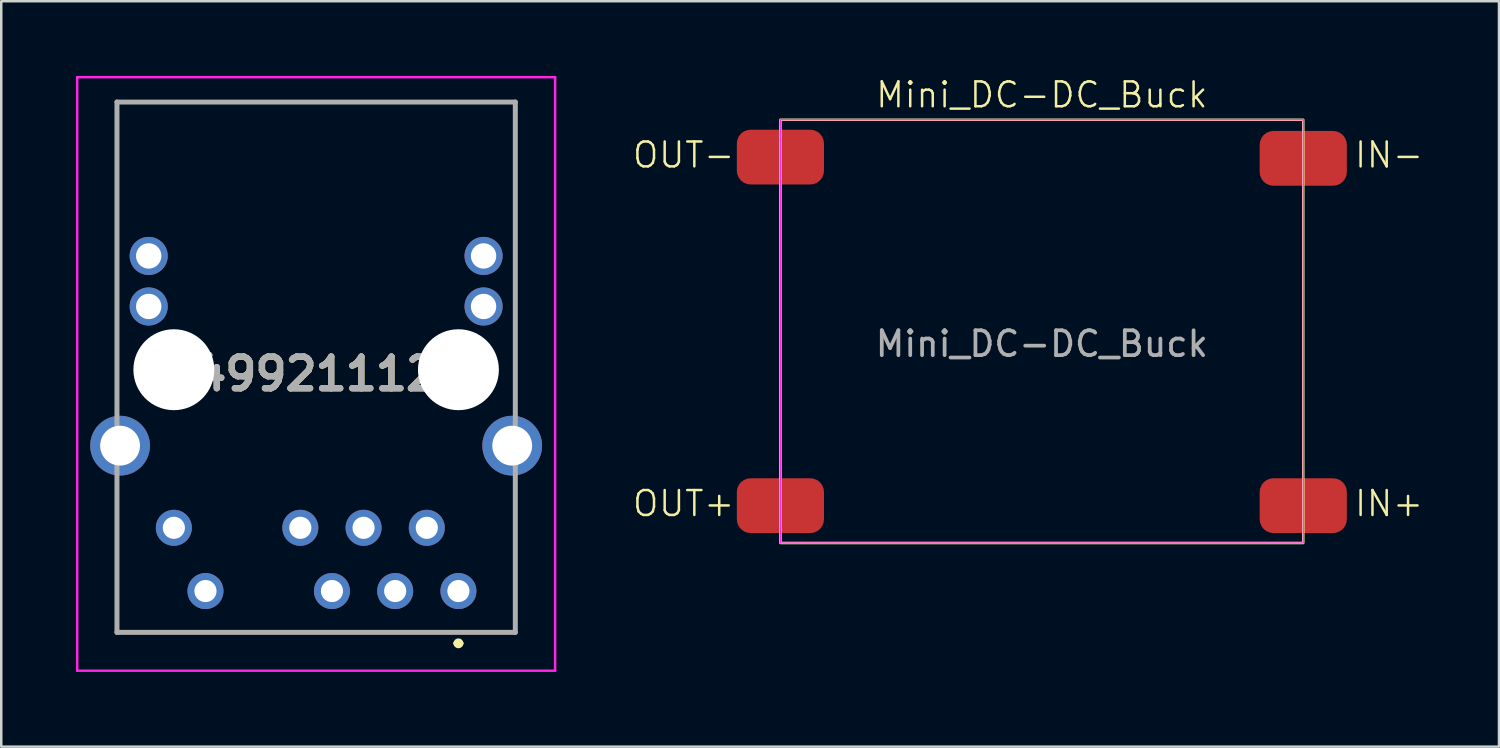
<source format=kicad_pcb>
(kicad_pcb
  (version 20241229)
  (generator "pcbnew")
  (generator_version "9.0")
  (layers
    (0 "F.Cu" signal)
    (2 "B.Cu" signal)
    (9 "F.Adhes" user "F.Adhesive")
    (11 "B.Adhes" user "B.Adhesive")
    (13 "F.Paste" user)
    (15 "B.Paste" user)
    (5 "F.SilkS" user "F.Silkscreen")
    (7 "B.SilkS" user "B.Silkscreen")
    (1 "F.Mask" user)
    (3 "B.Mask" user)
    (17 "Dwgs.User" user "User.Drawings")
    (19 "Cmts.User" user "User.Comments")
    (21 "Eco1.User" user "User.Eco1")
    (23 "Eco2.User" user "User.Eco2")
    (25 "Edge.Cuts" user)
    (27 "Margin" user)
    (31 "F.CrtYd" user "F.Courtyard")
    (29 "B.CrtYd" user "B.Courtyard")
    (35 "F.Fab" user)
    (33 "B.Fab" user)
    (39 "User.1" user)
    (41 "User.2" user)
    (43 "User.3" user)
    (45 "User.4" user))
  (footprint "Mini_DC-DC_Buck"
    (layer "F.Cu")
    (at 38.796 1.76)
    (property "Reference" "Mini_DC-DC_Buck" (at 0 -1 0) (unlocked yes) (layer "F.SilkS") (effects (font (size 1 1) (thickness 0.1))))
    (attr smd)
    (fp_rect (start -10.5 0) (end 10.5 17) (stroke (width 0.1) (type default)) (fill no) (layer "F.SilkS"))
    (fp_rect (start -10.5 0) (end 10.5 17) (stroke (width 0.05) (type default)) (fill no) (layer "F.CrtYd"))
    (fp_text user "IN-" (at 12.5 2 0) (unlocked yes) (layer "F.SilkS") (effects (font (size 1 1) (thickness 0.1)) (justify left bottom)))
    (fp_text user "OUT+" (at -16.5 16 0) (unlocked yes) (layer "F.SilkS") (effects (font (size 1 1) (thickness 0.1)) (justify left bottom)))
    (fp_text user "IN+" (at 12.5 16 0) (unlocked yes) (layer "F.SilkS") (effects (font (size 1 1) (thickness 0.1)) (justify left bottom)))
    (fp_text user "OUT-" (at -16.5 2 0) (unlocked yes) (layer "F.SilkS") (effects (font (size 1 1) (thickness 0.1)) (justify left bottom)))
    (fp_text user "${REFERENCE}" (at 0 9 0) (unlocked yes) (layer "F.Fab") (effects (font (size 1 1) (thickness 0.15))))
    (pad "1" smd roundrect (at 10.5 15.5) (size 3.5 2.2) (layers "F.Cu" "F.Mask" "F.Paste") (roundrect_rratio 0.25))
    (pad "2" smd roundrect (at 10.5 1.55) (size 3.5 2.2) (layers "F.Cu" "F.Mask" "F.Paste") (roundrect_rratio 0.25))
    (pad "3" smd roundrect (at -10.5 15.5) (size 3.5 2.2) (layers "F.Cu" "F.Mask" "F.Paste") (roundrect_rratio 0.25))
    (pad "4" smd roundrect (at -10.5 1.5) (size 3.5 2.2) (layers "F.Cu" "F.Mask" "F.Paste") (roundrect_rratio 0.25)))
  (footprint "7499211125"
    (layer "F.Cu")
    (at 15.363 20.69)
    (property "Reference" "7499211125" (at -5.715 -8.72 0) (layer "F.SilkS") (effects (font (size 1.27 1.27) (thickness 0.254))))
    (attr through_hole)
    (fp_line (start -13.715 -19.64) (end 2.285 -19.64) (stroke (width 0.1) (type solid)) (layer "F.SilkS"))
    (fp_line (start -13.715 -7.3) (end -13.715 -19.64) (stroke (width 0.1) (type solid)) (layer "F.SilkS"))
    (fp_line (start -13.715 -4.4) (end -13.715 1.66) (stroke (width 0.1) (type solid)) (layer "F.SilkS"))
    (fp_line (start -13.715 1.66) (end 2.16 1.66) (stroke (width 0.1) (type solid)) (layer "F.SilkS"))
    (fp_line (start -0.1 2.1) (end -0.1 2.1) (stroke (width 0.2) (type solid)) (layer "F.SilkS"))
    (fp_line (start 0.1 2.1) (end 0.1 2.1) (stroke (width 0.2) (type solid)) (layer "F.SilkS"))
    (fp_line (start 2.16 1.66) (end 2.285 1.66) (stroke (width 0.1) (type solid)) (layer "F.SilkS"))
    (fp_line (start 2.285 -19.64) (end 2.285 -7.3) (stroke (width 0.1) (type solid)) (layer "F.SilkS"))
    (fp_line (start 2.285 1.66) (end 2.285 -4.4) (stroke (width 0.1) (type solid)) (layer "F.SilkS"))
    (fp_arc (start -0.1 2.1) (mid 0 2) (end 0.1 2.1) (stroke (width 0.2) (type solid)) (layer "F.SilkS"))
    (fp_arc (start 0.1 2.1) (mid 0 2.2) (end -0.1 2.1) (stroke (width 0.2) (type solid)) (layer "F.SilkS"))
    (fp_line (start -15.313 -20.64) (end 3.883 -20.64) (stroke (width 0.1) (type solid)) (layer "F.CrtYd"))
    (fp_line (start -15.313 3.2) (end -15.313 -20.64) (stroke (width 0.1) (type solid)) (layer "F.CrtYd"))
    (fp_line (start 3.883 -20.64) (end 3.883 3.2) (stroke (width 0.1) (type solid)) (layer "F.CrtYd"))
    (fp_line (start 3.883 3.2) (end -15.313 3.2) (stroke (width 0.1) (type solid)) (layer "F.CrtYd"))
    (fp_line (start -13.715 -19.64) (end 2.285 -19.64) (stroke (width 0.2) (type solid)) (layer "F.Fab"))
    (fp_line (start -13.715 1.66) (end -13.715 -19.64) (stroke (width 0.2) (type solid)) (layer "F.Fab"))
    (fp_line (start 2.285 -19.64) (end 2.285 1.66) (stroke (width 0.2) (type solid)) (layer "F.Fab"))
    (fp_line (start 2.285 1.66) (end -13.715 1.66) (stroke (width 0.2) (type solid)) (layer "F.Fab"))
    (fp_text user "${REFERENCE}" (at -5.715 -8.72 0) (layer "F.Fab") (effects (font (size 1.27 1.27) (thickness 0.254))))
    (pad "" np_thru_hole circle (at -11.43 -8.89) (size 3.25 3.25) (drill 3.25) (layers "*.Cu" "*.Mask"))
    (pad "" np_thru_hole circle (at 0 -8.89) (size 3.25 3.25) (drill 3.25) (layers "*.Cu" "*.Mask"))
    (pad "1" thru_hole circle (at 0 0) (size 1.446 1.446) (drill 0.89) (layers "*.Cu" "*.Mask"))
    (pad "2" thru_hole circle (at -1.27 -2.54) (size 1.446 1.446) (drill 0.89) (layers "*.Cu" "*.Mask"))
    (pad "3" thru_hole circle (at -2.54 0) (size 1.446 1.446) (drill 0.89) (layers "*.Cu" "*.Mask"))
    (pad "4" thru_hole circle (at -3.81 -2.54) (size 1.446 1.446) (drill 0.89) (layers "*.Cu" "*.Mask"))
    (pad "5" thru_hole circle (at -5.08 0) (size 1.446 1.446) (drill 0.89) (layers "*.Cu" "*.Mask"))
    (pad "6" thru_hole circle (at -6.35 -2.54) (size 1.446 1.446) (drill 0.89) (layers "*.Cu" "*.Mask"))
    (pad "9" thru_hole circle (at -10.16 0) (size 1.446 1.446) (drill 0.89) (layers "*.Cu" "*.Mask"))
    (pad "10" thru_hole circle (at -11.43 -2.54) (size 1.446 1.446) (drill 0.89) (layers "*.Cu" "*.Mask"))
    (pad "11" thru_hole circle (at -12.44 -11.43) (size 1.53 1.53) (drill 1.02) (layers "*.Cu" "*.Mask"))
    (pad "12" thru_hole circle (at -12.44 -13.46) (size 1.53 1.53) (drill 1.02) (layers "*.Cu" "*.Mask"))
    (pad "13" thru_hole circle (at 1.01 -11.43) (size 1.53 1.53) (drill 1.02) (layers "*.Cu" "*.Mask"))
    (pad "14" thru_hole circle (at 1.01 -13.46) (size 1.53 1.53) (drill 1.02) (layers "*.Cu" "*.Mask"))
    (pad "SH" thru_hole circle (at -13.59 -5.84) (size 2.4 2.4) (drill 1.6) (layers "*.Cu" "*.Mask"))
    (pad "SH" thru_hole circle (at 2.16 -5.84) (size 2.4 2.4) (drill 1.6) (layers "*.Cu" "*.Mask")))
  (gr_rect
    (start -3 -3)
    (end 57.158 26.94)
    (stroke (width 0.1) (type default))
    (fill no)
    (layer "Edge.Cuts")))
</source>
